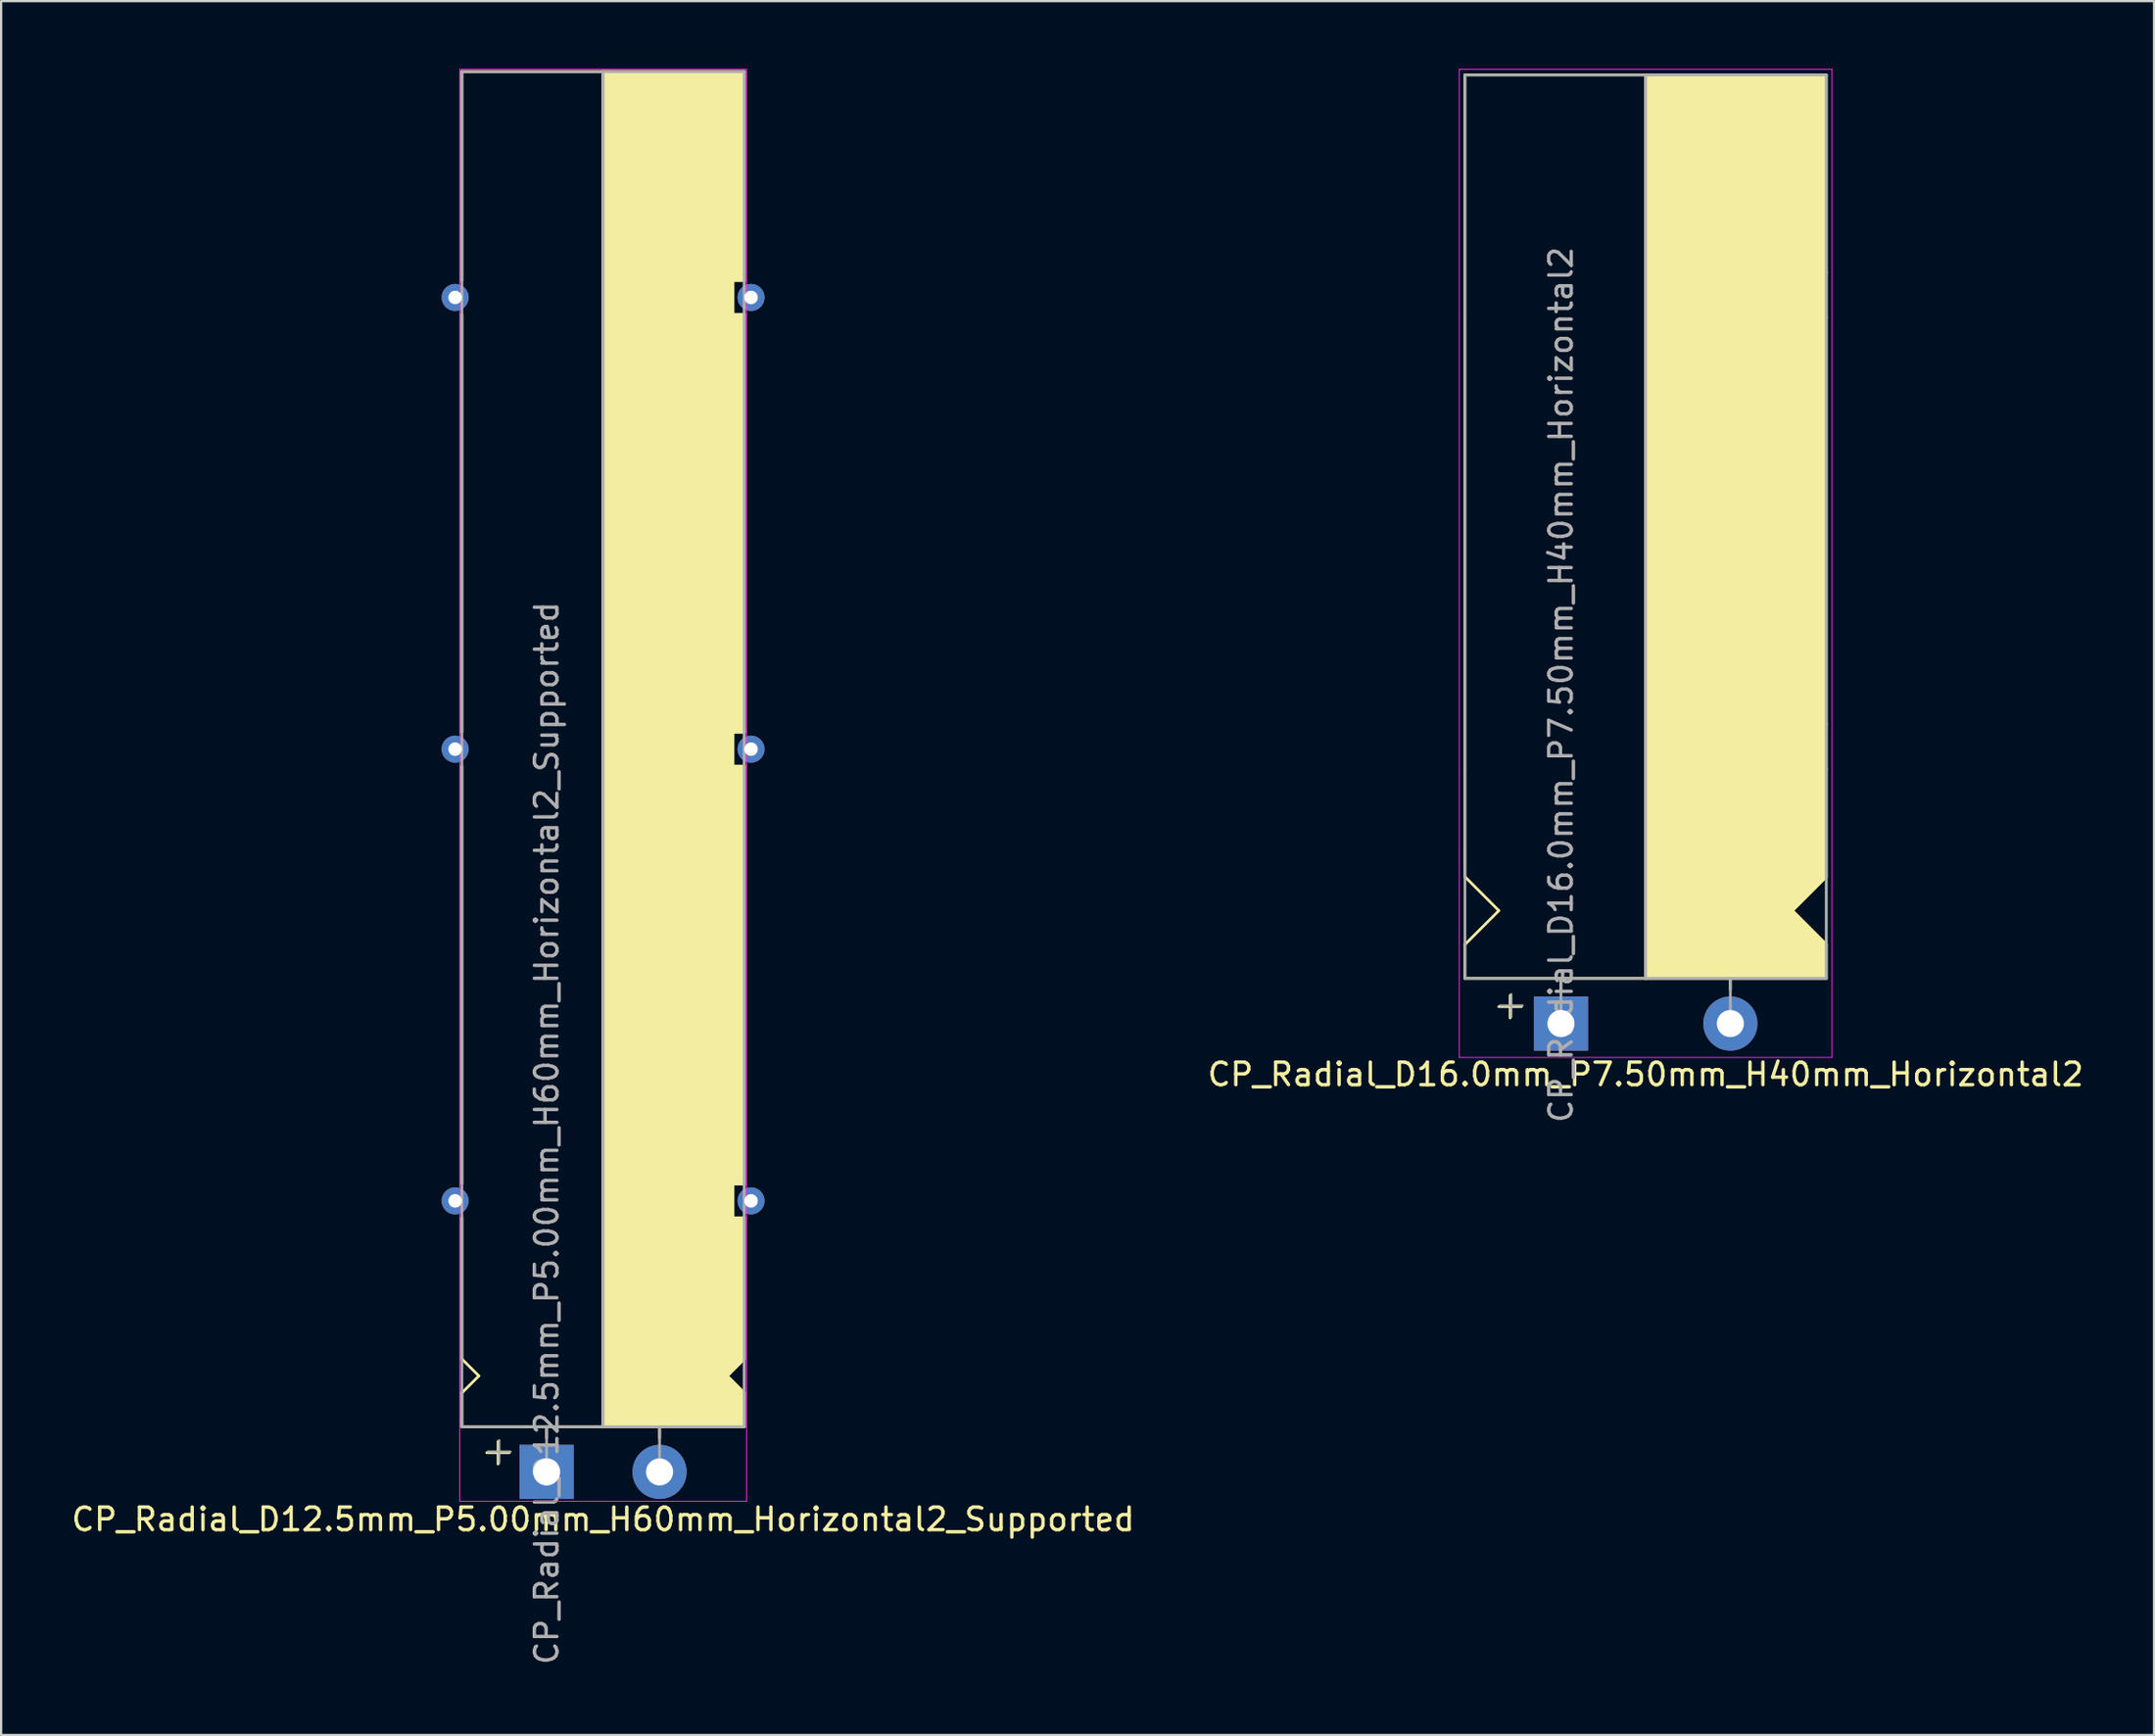
<source format=kicad_pcb>
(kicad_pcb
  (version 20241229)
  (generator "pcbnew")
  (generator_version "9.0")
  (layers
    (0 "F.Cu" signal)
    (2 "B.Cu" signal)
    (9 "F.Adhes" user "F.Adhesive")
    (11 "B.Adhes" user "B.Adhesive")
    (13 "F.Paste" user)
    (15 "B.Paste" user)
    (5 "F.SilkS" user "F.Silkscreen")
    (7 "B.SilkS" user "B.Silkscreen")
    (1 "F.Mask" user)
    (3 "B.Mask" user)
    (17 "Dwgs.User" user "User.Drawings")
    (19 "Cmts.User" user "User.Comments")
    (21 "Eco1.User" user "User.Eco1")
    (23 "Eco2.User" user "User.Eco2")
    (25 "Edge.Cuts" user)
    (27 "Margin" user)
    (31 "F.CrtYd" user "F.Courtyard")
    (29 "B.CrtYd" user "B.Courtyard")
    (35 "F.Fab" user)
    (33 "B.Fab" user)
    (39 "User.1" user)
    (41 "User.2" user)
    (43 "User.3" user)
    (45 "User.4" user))
  (footprint "CP_Radial_D16.0mm_P7.50mm_H40mm_Horizontal2"
    (layer "F.Cu")
    (at 66.054 42.27)
    (property "Reference" "CP_Radial_D16.0mm_P7.50mm_H40mm_Horizontal2" (at 3.75 2.25 0) (layer "F.SilkS") (effects (font (size 1 1) (thickness 0.15))))
    (attr through_hole)
    (fp_line (start -4.25 -31.25) (end -4.25 -42) (stroke (width 0.12) (type solid)) (layer "F.SilkS"))
    (fp_line (start -4.25 -31.25) (end -4.25 -11.25) (stroke (width 0.12) (type solid)) (layer "F.SilkS"))
    (fp_line (start -4.25 -7.5) (end -4.25 -11.25) (stroke (width 0.12) (type solid)) (layer "F.SilkS"))
    (fp_line (start -4.25 -6.5) (end -4.25 -7.5) (stroke (width 0.12) (type solid)) (layer "F.SilkS"))
    (fp_line (start -4.25 -3.5) (end -2.75 -5) (stroke (width 0.12) (type solid)) (layer "F.SilkS"))
    (fp_line (start -4.25 -2) (end -4.25 -3.5) (stroke (width 0.12) (type solid)) (layer "F.SilkS"))
    (fp_line (start -2.75 -5) (end -4.25 -6.5) (stroke (width 0.12) (type solid)) (layer "F.SilkS"))
    (fp_line (start -2.25 -1.25) (end -2.25 -0.25) (stroke (width 0.12) (type solid)) (layer "F.SilkS"))
    (fp_line (start -1.75 -0.75) (end -2.75 -0.75) (stroke (width 0.12) (type solid)) (layer "F.SilkS"))
    (fp_line (start 0 -1.5) (end 0 -2) (stroke (width 0.12) (type solid)) (layer "F.SilkS"))
    (fp_line (start 3.75 -2) (end -4.25 -2) (stroke (width 0.12) (type solid)) (layer "F.SilkS"))
    (fp_line (start 3.75 -2) (end 3.75 -42) (stroke (width 0.12) (type solid)) (layer "F.SilkS"))
    (fp_line (start 3.75 -2) (end 11.75 -2) (stroke (width 0.12) (type solid)) (layer "F.SilkS"))
    (fp_line (start 7.5 -1.5) (end 7.5 -2) (stroke (width 0.12) (type solid)) (layer "F.SilkS"))
    (fp_line (start 10.25 -5) (end 11.75 -6.5) (stroke (width 0.12) (type solid)) (layer "F.SilkS"))
    (fp_line (start 11 -31.25) (end 11.75 -31.25) (stroke (width 0.12) (type solid)) (layer "F.SilkS"))
    (fp_line (start 11 -11.25) (end 11.75 -11.25) (stroke (width 0.12) (type solid)) (layer "F.SilkS"))
    (fp_line (start 11.75 -42) (end -4.25 -42) (stroke (width 0.12) (type solid)) (layer "F.SilkS"))
    (fp_line (start 11.75 -42) (end 11.75 -33.25) (stroke (width 0.12) (type solid)) (layer "F.SilkS"))
    (fp_line (start 11.75 -33.25) (end 11 -33.25) (stroke (width 0.12) (type solid)) (layer "F.SilkS"))
    (fp_line (start 11.75 -33.25) (end 11.75 -31.25) (stroke (width 0.12) (type solid)) (layer "F.SilkS"))
    (fp_line (start 11.75 -13.25) (end 11 -13.25) (stroke (width 0.12) (type solid)) (layer "F.SilkS"))
    (fp_line (start 11.75 -13.25) (end 11.75 -31.25) (stroke (width 0.12) (type solid)) (layer "F.SilkS"))
    (fp_line (start 11.75 -13.25) (end 11.75 -11.25) (stroke (width 0.12) (type solid)) (layer "F.SilkS"))
    (fp_line (start 11.75 -11.25) (end 11.75 -6.5) (stroke (width 0.12) (type solid)) (layer "F.SilkS"))
    (fp_line (start 11.75 -3.5) (end 10.25 -5) (stroke (width 0.12) (type solid)) (layer "F.SilkS"))
    (fp_line (start 11.75 -2) (end 11.75 -3.5) (stroke (width 0.12) (type solid)) (layer "F.SilkS"))
    (fp_poly (pts (xy 11.75 -3.5) (xy 10.25 -5) (xy 11.75 -6.5) (xy 11.75 -11.25) (xy 11.748 -11.25) (xy 11.748 -13.25) (xy 11.75 -13.25) (xy 11.75 -31.25) (xy 11.748 -31.25) (xy 11.748 -33.25) (xy 11.75 -33.25) (xy 11.75 -42) (xy 3.75 -42) (xy 3.75 -2) (xy 11.75 -2)) (stroke (width 0.1) (type solid)) (fill yes) (layer "F.SilkS"))
    (fp_line (start -4.5 -42.25) (end -4.5 1.5) (stroke (width 0.04) (type solid)) (layer "F.CrtYd"))
    (fp_line (start -4.5 1.5) (end 12 1.5) (stroke (width 0.04) (type solid)) (layer "F.CrtYd"))
    (fp_line (start 12 -42.25) (end -4.5 -42.25) (stroke (width 0.04) (type solid)) (layer "F.CrtYd"))
    (fp_line (start 12 1.5) (end 12 -42.25) (stroke (width 0.04) (type solid)) (layer "F.CrtYd"))
    (fp_line (start -4.25 -42) (end 11.75 -42) (stroke (width 0.12) (type solid)) (layer "F.Fab"))
    (fp_line (start -4.25 -2) (end -4.25 -42) (stroke (width 0.12) (type solid)) (layer "F.Fab"))
    (fp_line (start -2.7 -0.8) (end -1.7 -0.8) (stroke (width 0.1) (type solid)) (layer "F.Fab"))
    (fp_line (start -2.2 -0.3) (end -2.2 -1.3) (stroke (width 0.1) (type solid)) (layer "F.Fab"))
    (fp_line (start 0 -2) (end -4.25 -2) (stroke (width 0.12) (type solid)) (layer "F.Fab"))
    (fp_line (start 0 0) (end 0 -2) (stroke (width 0.12) (type solid)) (layer "F.Fab"))
    (fp_line (start 3.75 -2) (end 3.75 -42) (stroke (width 0.12) (type solid)) (layer "F.Fab"))
    (fp_line (start 7.5 0) (end 7.5 -2) (stroke (width 0.12) (type solid)) (layer "F.Fab"))
    (fp_line (start 11.75 -42) (end 11.75 -2) (stroke (width 0.12) (type solid)) (layer "F.Fab"))
    (fp_line (start 11.75 -2) (end 0 -2) (stroke (width 0.12) (type solid)) (layer "F.Fab"))
    (fp_poly (pts (xy 11.75 -42) (xy 3.75 -42) (xy 3.75 -2) (xy 11.75 -2)) (stroke (width 0.1) (type solid)) (fill no) (layer "F.Fab"))
    (fp_text user "${REFERENCE}" (at 0 -15 90) (layer "F.Fab") (effects (font (size 1 1) (thickness 0.15))))
    (pad "1" thru_hole rect (at 0 0) (size 2.4 2.4) (drill 1.2) (layers "*.Cu" "*.Mask"))
    (pad "2" thru_hole circle (at 7.5 0) (size 2.4 2.4) (drill 1.2) (layers "*.Cu" "*.Mask")))
  (footprint "CP_Radial_D12.5mm_P5.00mm_H60mm_Horizontal2_Supported"
    (layer "F.Cu")
    (at 21.149 62.12)
    (property "Reference" "CP_Radial_D12.5mm_P5.00mm_H60mm_Horizontal2_Supported" (at 2.5 2.1 180) (layer "F.SilkS") (effects (font (size 1 1) (thickness 0.15))))
    (attr through_hole)
    (fp_line (start -3.75 -62) (end -3.75 -52.75) (stroke (width 0.12) (type solid)) (layer "F.SilkS"))
    (fp_line (start -3.75 -32.75) (end -3.75 -51.25) (stroke (width 0.12) (type solid)) (layer "F.SilkS"))
    (fp_line (start -3.75 -12.75) (end -3.75 -31.25) (stroke (width 0.12) (type solid)) (layer "F.SilkS"))
    (fp_line (start -3.75 -5) (end -3.75 -11.25) (stroke (width 0.12) (type solid)) (layer "F.SilkS"))
    (fp_line (start -3.75 -3.5) (end -3 -4.25) (stroke (width 0.12) (type solid)) (layer "F.SilkS"))
    (fp_line (start -3.75 -2) (end -3.75 -3.5) (stroke (width 0.12) (type solid)) (layer "F.SilkS"))
    (fp_line (start -3 -4.25) (end -3.75 -5) (stroke (width 0.12) (type solid)) (layer "F.SilkS"))
    (fp_line (start -2.15 -1.35) (end -2.15 -0.35) (stroke (width 0.12) (type solid)) (layer "F.SilkS"))
    (fp_line (start -1.65 -0.85) (end -2.65 -0.85) (stroke (width 0.12) (type solid)) (layer "F.SilkS"))
    (fp_line (start 0 -1.5) (end 0 -2) (stroke (width 0.12) (type solid)) (layer "F.SilkS"))
    (fp_line (start 2.5 -2) (end -3.75 -2) (stroke (width 0.12) (type solid)) (layer "F.SilkS"))
    (fp_line (start 2.5 -2) (end 2.5 -62) (stroke (width 0.12) (type solid)) (layer "F.SilkS"))
    (fp_line (start 2.5 -2) (end 8.75 -2) (stroke (width 0.12) (type solid)) (layer "F.SilkS"))
    (fp_line (start 5 -1.5) (end 5 -2) (stroke (width 0.12) (type solid)) (layer "F.SilkS"))
    (fp_line (start 8 -4.25) (end 8.75 -5) (stroke (width 0.12) (type solid)) (layer "F.SilkS"))
    (fp_line (start 8.25 -52.75) (end 8.25 -51.25) (stroke (width 0.12) (type solid)) (layer "F.SilkS"))
    (fp_line (start 8.25 -51.25) (end 8.75 -51.25) (stroke (width 0.12) (type solid)) (layer "F.SilkS"))
    (fp_line (start 8.25 -32.75) (end 8.25 -31.25) (stroke (width 0.12) (type solid)) (layer "F.SilkS"))
    (fp_line (start 8.25 -31.25) (end 8.75 -31.25) (stroke (width 0.12) (type solid)) (layer "F.SilkS"))
    (fp_line (start 8.25 -12.75) (end 8.25 -11.25) (stroke (width 0.12) (type solid)) (layer "F.SilkS"))
    (fp_line (start 8.25 -11.25) (end 8.75 -11.25) (stroke (width 0.12) (type solid)) (layer "F.SilkS"))
    (fp_line (start 8.75 -62) (end -3.75 -62) (stroke (width 0.12) (type solid)) (layer "F.SilkS"))
    (fp_line (start 8.75 -62) (end 8.75 -52.75) (stroke (width 0.12) (type solid)) (layer "F.SilkS"))
    (fp_line (start 8.75 -52.75) (end 8.25 -52.75) (stroke (width 0.12) (type solid)) (layer "F.SilkS"))
    (fp_line (start 8.75 -51.25) (end 8.75 -32.75) (stroke (width 0.12) (type solid)) (layer "F.SilkS"))
    (fp_line (start 8.75 -32.75) (end 8.25 -32.75) (stroke (width 0.12) (type solid)) (layer "F.SilkS"))
    (fp_line (start 8.75 -12.75) (end 8.25 -12.75) (stroke (width 0.12) (type solid)) (layer "F.SilkS"))
    (fp_line (start 8.75 -12.75) (end 8.75 -31.25) (stroke (width 0.12) (type solid)) (layer "F.SilkS"))
    (fp_line (start 8.75 -5) (end 8.75 -11.25) (stroke (width 0.12) (type solid)) (layer "F.SilkS"))
    (fp_line (start 8.75 -3.5) (end 8 -4.25) (stroke (width 0.12) (type solid)) (layer "F.SilkS"))
    (fp_line (start 8.75 -2) (end 8.75 -3.5) (stroke (width 0.12) (type solid)) (layer "F.SilkS"))
    (fp_poly (pts (xy 8.75 -3.5) (xy 8 -4.25) (xy 8.75 -5) (xy 8.75 -11.25) (xy 8.25 -11.25) (xy 8.25 -12.75) (xy 8.75 -12.75) (xy 8.75 -31.25) (xy 8.25 -31.25) (xy 8.25 -32.75) (xy 8.75 -32.75) (xy 8.75 -51.25) (xy 8.25 -51.25) (xy 8.25 -52.75) (xy 8.75 -52.75) (xy 8.75 -62) (xy 2.5 -62) (xy 2.5 -2) (xy 8.75 -2)) (stroke (width 0.1) (type solid)) (fill yes) (layer "F.SilkS"))
    (fp_line (start -3.85 -62.1) (end -3.85 1.3) (stroke (width 0.04) (type solid)) (layer "F.CrtYd"))
    (fp_line (start 8.85 -62.1) (end -3.85 -62.1) (stroke (width 0.04) (type solid)) (layer "F.CrtYd"))
    (fp_line (start 8.85 1.3) (end -3.85 1.3) (stroke (width 0.04) (type solid)) (layer "F.CrtYd"))
    (fp_line (start 8.85 1.3) (end 8.85 -62.1) (stroke (width 0.04) (type solid)) (layer "F.CrtYd"))
    (fp_line (start -3.75 -62) (end 8.75 -62) (stroke (width 0.12) (type solid)) (layer "F.Fab"))
    (fp_line (start -3.75 -2) (end -3.75 -62) (stroke (width 0.12) (type solid)) (layer "F.Fab"))
    (fp_line (start -2.6 -0.9) (end -1.6 -0.9) (stroke (width 0.1) (type solid)) (layer "F.Fab"))
    (fp_line (start -2.1 -0.4) (end -2.1 -1.4) (stroke (width 0.1) (type solid)) (layer "F.Fab"))
    (fp_line (start 0 -2) (end -3.75 -2) (stroke (width 0.12) (type solid)) (layer "F.Fab"))
    (fp_line (start 0 0) (end 0 -2) (stroke (width 0.12) (type solid)) (layer "F.Fab"))
    (fp_line (start 2.5 -2) (end 2.5 -62) (stroke (width 0.12) (type solid)) (layer "F.Fab"))
    (fp_line (start 5 -2) (end 5 0) (stroke (width 0.12) (type solid)) (layer "F.Fab"))
    (fp_line (start 8.75 -62) (end 8.75 -2) (stroke (width 0.12) (type solid)) (layer "F.Fab"))
    (fp_line (start 8.75 -2) (end 0 -2) (stroke (width 0.12) (type solid)) (layer "F.Fab"))
    (fp_poly (pts (xy 8.75 -62) (xy 2.5 -62) (xy 2.5 -2) (xy 8.75 -2)) (stroke (width 0.1) (type solid)) (fill no) (layer "F.Fab"))
    (fp_text user "${REFERENCE}" (at 0 -15 90) (layer "F.Fab") (effects (font (size 1 1) (thickness 0.15))))
    (pad "" thru_hole circle (at -4.05 -52 180) (size 1.2 1.2) (drill 0.6) (layers "*.Cu" "*.Mask"))
    (pad "" thru_hole circle (at -4.05 -32 180) (size 1.2 1.2) (drill 0.6) (layers "*.Cu" "*.Mask"))
    (pad "" thru_hole circle (at -4.05 -12 180) (size 1.2 1.2) (drill 0.6) (layers "*.Cu" "*.Mask"))
    (pad "" thru_hole circle (at 9.05 -52 180) (size 1.2 1.2) (drill 0.6) (layers "*.Cu" "*.Mask"))
    (pad "" thru_hole circle (at 9.05 -32 180) (size 1.2 1.2) (drill 0.6) (layers "*.Cu" "*.Mask"))
    (pad "" thru_hole circle (at 9.05 -12 180) (size 1.2 1.2) (drill 0.6) (layers "*.Cu" "*.Mask"))
    (pad "1" thru_hole rect (at 0 0) (size 2.4 2.4) (drill 1.2) (layers "*.Cu" "*.Mask"))
    (pad "2" thru_hole circle (at 5 0) (size 2.4 2.4) (drill 1.2) (layers "*.Cu" "*.Mask")))
  (gr_rect
    (start -3 -3)
    (end 92.31 73.769)
    (stroke (width 0.1) (type default))
    (fill no)
    (layer "Edge.Cuts")))
</source>
